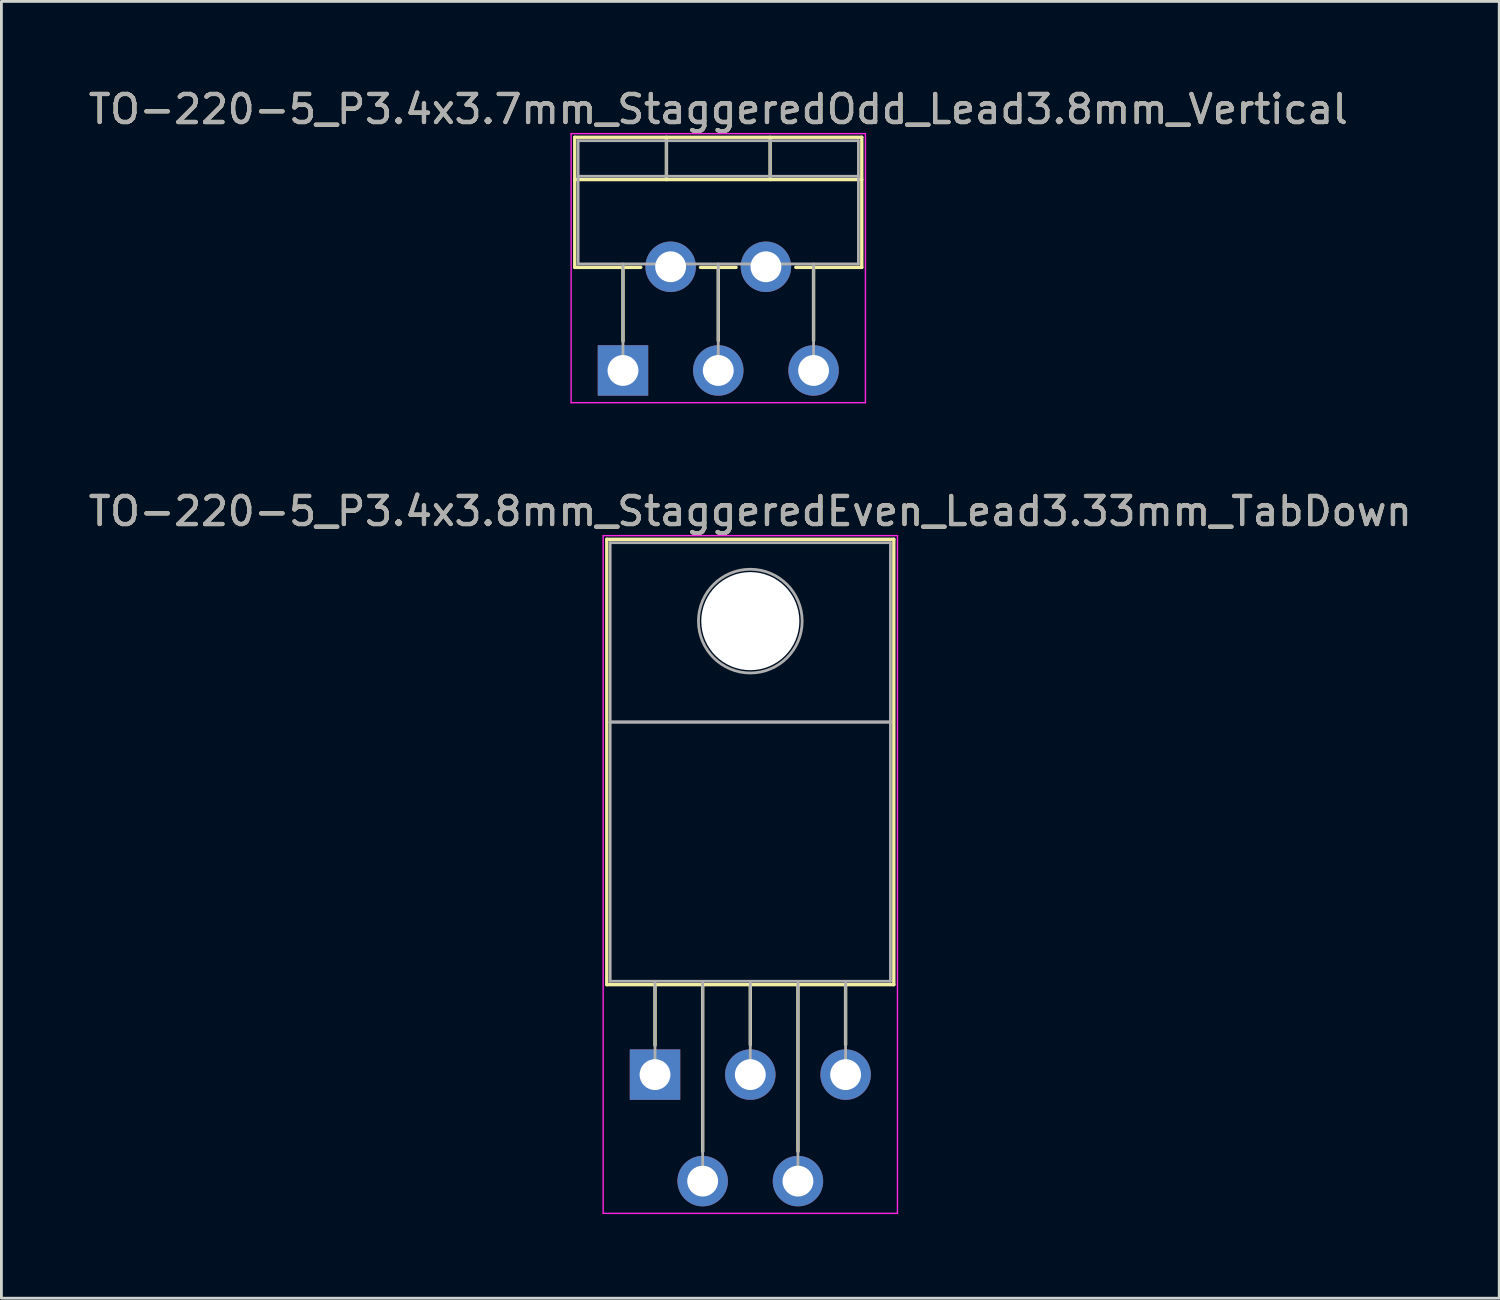
<source format=kicad_pcb>
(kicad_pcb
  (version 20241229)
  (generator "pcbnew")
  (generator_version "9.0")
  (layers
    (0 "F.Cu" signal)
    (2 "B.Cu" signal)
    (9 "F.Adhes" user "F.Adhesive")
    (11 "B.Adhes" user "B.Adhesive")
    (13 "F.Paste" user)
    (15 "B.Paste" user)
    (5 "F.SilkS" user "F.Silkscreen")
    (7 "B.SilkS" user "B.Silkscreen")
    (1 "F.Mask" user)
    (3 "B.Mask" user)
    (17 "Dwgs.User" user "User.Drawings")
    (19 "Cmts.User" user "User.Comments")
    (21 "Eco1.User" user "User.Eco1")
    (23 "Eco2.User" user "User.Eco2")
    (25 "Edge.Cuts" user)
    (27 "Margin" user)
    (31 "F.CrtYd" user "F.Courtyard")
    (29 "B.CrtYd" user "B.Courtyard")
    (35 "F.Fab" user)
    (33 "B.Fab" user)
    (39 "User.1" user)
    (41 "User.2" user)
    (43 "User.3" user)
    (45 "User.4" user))
  (footprint "TO-220-5_P3.4x3.8mm_StaggeredEven_Lead3.33mm_TabDown"
    (layer "F.Cu")
    (at 20.32 35.291)
    (property "Reference" "TO-220-5_P3.4x3.8mm_StaggeredEven_Lead3.33mm_TabDown" (at 3.4 -20.1 0) (layer "F.SilkS") (effects (font (size 1 1) (thickness 0.15))))
    (attr through_hole)
    (fp_line (start -1.721 -19.1) (end -1.721 -3.21) (stroke (width 0.12) (type solid)) (layer "F.SilkS"))
    (fp_line (start -1.721 -19.1) (end 8.52 -19.1) (stroke (width 0.12) (type solid)) (layer "F.SilkS"))
    (fp_line (start -1.721 -3.21) (end 8.52 -3.21) (stroke (width 0.12) (type solid)) (layer "F.SilkS"))
    (fp_line (start 0 -3.21) (end 0 -1.05) (stroke (width 0.12) (type solid)) (layer "F.SilkS"))
    (fp_line (start 1.7 -3.21) (end 1.7 2.735) (stroke (width 0.12) (type solid)) (layer "F.SilkS"))
    (fp_line (start 3.4 -3.21) (end 3.4 -1.066) (stroke (width 0.12) (type solid)) (layer "F.SilkS"))
    (fp_line (start 5.1 -3.21) (end 5.1 2.735) (stroke (width 0.12) (type solid)) (layer "F.SilkS"))
    (fp_line (start 6.8 -3.21) (end 6.8 -1.066) (stroke (width 0.12) (type solid)) (layer "F.SilkS"))
    (fp_line (start 8.52 -19.1) (end 8.52 -3.21) (stroke (width 0.12) (type solid)) (layer "F.SilkS"))
    (fp_line (start -1.85 -19.23) (end -1.85 4.95) (stroke (width 0.05) (type solid)) (layer "F.CrtYd"))
    (fp_line (start -1.85 4.95) (end 8.65 4.95) (stroke (width 0.05) (type solid)) (layer "F.CrtYd"))
    (fp_line (start 8.65 -19.23) (end -1.85 -19.23) (stroke (width 0.05) (type solid)) (layer "F.CrtYd"))
    (fp_line (start 8.65 4.95) (end 8.65 -19.23) (stroke (width 0.05) (type solid)) (layer "F.CrtYd"))
    (fp_line (start -1.6 -18.98) (end 8.4 -18.98) (stroke (width 0.1) (type solid)) (layer "F.Fab"))
    (fp_line (start -1.6 -12.58) (end -1.6 -18.98) (stroke (width 0.1) (type solid)) (layer "F.Fab"))
    (fp_line (start -1.6 -12.58) (end 8.4 -12.58) (stroke (width 0.1) (type solid)) (layer "F.Fab"))
    (fp_line (start -1.6 -3.33) (end -1.6 -12.58) (stroke (width 0.1) (type solid)) (layer "F.Fab"))
    (fp_line (start 0 -3.33) (end 0 0) (stroke (width 0.1) (type solid)) (layer "F.Fab"))
    (fp_line (start 1.7 -3.33) (end 1.7 3.8) (stroke (width 0.1) (type solid)) (layer "F.Fab"))
    (fp_line (start 3.4 -3.33) (end 3.4 0) (stroke (width 0.1) (type solid)) (layer "F.Fab"))
    (fp_line (start 5.1 -3.33) (end 5.1 3.8) (stroke (width 0.1) (type solid)) (layer "F.Fab"))
    (fp_line (start 6.8 -3.33) (end 6.8 0) (stroke (width 0.1) (type solid)) (layer "F.Fab"))
    (fp_line (start 8.4 -18.98) (end 8.4 -12.58) (stroke (width 0.1) (type solid)) (layer "F.Fab"))
    (fp_line (start 8.4 -12.58) (end -1.6 -12.58) (stroke (width 0.1) (type solid)) (layer "F.Fab"))
    (fp_line (start 8.4 -12.58) (end 8.4 -3.33) (stroke (width 0.1) (type solid)) (layer "F.Fab"))
    (fp_line (start 8.4 -3.33) (end -1.6 -3.33) (stroke (width 0.1) (type solid)) (layer "F.Fab"))
    (fp_circle (center 3.4 -16.18) (end 5.25 -16.18) (stroke (width 0.1) (type solid)) (fill no) (layer "F.Fab"))
    (fp_text user "${REFERENCE}" (at 3.4 -20.1 0) (layer "F.Fab") (effects (font (size 1 1) (thickness 0.15))))
    (pad "" np_thru_hole oval (at 3.4 -16.18) (size 3.5 3.5) (drill 3.5) (layers "*.Cu" "*.Mask"))
    (pad "1" thru_hole rect (at 0 0) (size 1.8 1.8) (drill 1.1) (layers "*.Cu" "*.Mask"))
    (pad "2" thru_hole oval (at 1.7 3.8) (size 1.8 1.8) (drill 1.1) (layers "*.Cu" "*.Mask"))
    (pad "3" thru_hole oval (at 3.4 0) (size 1.8 1.8) (drill 1.1) (layers "*.Cu" "*.Mask"))
    (pad "4" thru_hole oval (at 5.1 3.8) (size 1.8 1.8) (drill 1.1) (layers "*.Cu" "*.Mask"))
    (pad "5" thru_hole oval (at 6.8 0) (size 1.8 1.8) (drill 1.1) (layers "*.Cu" "*.Mask")))
  (footprint "TO-220-5_P3.4x3.7mm_StaggeredOdd_Lead3.8mm_Vertical"
    (layer "F.Cu")
    (at 19.177 10.168)
    (property "Reference" "TO-220-5_P3.4x3.7mm_StaggeredOdd_Lead3.8mm_Vertical" (at 3.4 -9.32 0) (layer "F.SilkS") (effects (font (size 1 1) (thickness 0.15))))
    (attr through_hole)
    (fp_line (start -1.721 -8.32) (end -1.721 -3.679) (stroke (width 0.12) (type solid)) (layer "F.SilkS"))
    (fp_line (start -1.721 -8.32) (end 8.52 -8.32) (stroke (width 0.12) (type solid)) (layer "F.SilkS"))
    (fp_line (start -1.721 -6.811) (end 8.52 -6.811) (stroke (width 0.12) (type solid)) (layer "F.SilkS"))
    (fp_line (start -1.721 -3.679) (end 0.635 -3.679) (stroke (width 0.12) (type solid)) (layer "F.SilkS"))
    (fp_line (start 0 -3.679) (end 0 -1.049) (stroke (width 0.12) (type solid)) (layer "F.SilkS"))
    (fp_line (start 1.55 -8.32) (end 1.55 -6.811) (stroke (width 0.12) (type solid)) (layer "F.SilkS"))
    (fp_line (start 2.765 -3.679) (end 4.035 -3.679) (stroke (width 0.12) (type solid)) (layer "F.SilkS"))
    (fp_line (start 3.4 -3.679) (end 3.4 -1.065) (stroke (width 0.12) (type solid)) (layer "F.SilkS"))
    (fp_line (start 5.25 -8.32) (end 5.25 -6.811) (stroke (width 0.12) (type solid)) (layer "F.SilkS"))
    (fp_line (start 6.165 -3.679) (end 8.52 -3.679) (stroke (width 0.12) (type solid)) (layer "F.SilkS"))
    (fp_line (start 6.8 -3.679) (end 6.8 -1.065) (stroke (width 0.12) (type solid)) (layer "F.SilkS"))
    (fp_line (start 8.52 -8.32) (end 8.52 -3.679) (stroke (width 0.12) (type solid)) (layer "F.SilkS"))
    (fp_line (start -1.85 -8.45) (end -1.85 1.15) (stroke (width 0.05) (type solid)) (layer "F.CrtYd"))
    (fp_line (start -1.85 1.15) (end 8.65 1.15) (stroke (width 0.05) (type solid)) (layer "F.CrtYd"))
    (fp_line (start 8.65 -8.45) (end -1.85 -8.45) (stroke (width 0.05) (type solid)) (layer "F.CrtYd"))
    (fp_line (start 8.65 1.15) (end 8.65 -8.45) (stroke (width 0.05) (type solid)) (layer "F.CrtYd"))
    (fp_line (start -1.6 -8.2) (end -1.6 -3.8) (stroke (width 0.1) (type solid)) (layer "F.Fab"))
    (fp_line (start -1.6 -6.93) (end 8.4 -6.93) (stroke (width 0.1) (type solid)) (layer "F.Fab"))
    (fp_line (start -1.6 -3.8) (end 8.4 -3.8) (stroke (width 0.1) (type solid)) (layer "F.Fab"))
    (fp_line (start 0 -3.8) (end 0 0) (stroke (width 0.1) (type solid)) (layer "F.Fab"))
    (fp_line (start 1.55 -8.2) (end 1.55 -6.93) (stroke (width 0.1) (type solid)) (layer "F.Fab"))
    (fp_line (start 1.7 -3.8) (end 1.7 -3.7) (stroke (width 0.1) (type solid)) (layer "F.Fab"))
    (fp_line (start 3.4 -3.8) (end 3.4 0) (stroke (width 0.1) (type solid)) (layer "F.Fab"))
    (fp_line (start 5.1 -3.8) (end 5.1 -3.7) (stroke (width 0.1) (type solid)) (layer "F.Fab"))
    (fp_line (start 5.25 -8.2) (end 5.25 -6.93) (stroke (width 0.1) (type solid)) (layer "F.Fab"))
    (fp_line (start 6.8 -3.8) (end 6.8 0) (stroke (width 0.1) (type solid)) (layer "F.Fab"))
    (fp_line (start 8.4 -8.2) (end -1.6 -8.2) (stroke (width 0.1) (type solid)) (layer "F.Fab"))
    (fp_line (start 8.4 -3.8) (end 8.4 -8.2) (stroke (width 0.1) (type solid)) (layer "F.Fab"))
    (fp_text user "${REFERENCE}" (at 3.4 -9.32 0) (layer "F.Fab") (effects (font (size 1 1) (thickness 0.15))))
    (pad "1" thru_hole rect (at 0 0) (size 1.8 1.8) (drill 1.1) (layers "*.Cu" "*.Mask"))
    (pad "2" thru_hole oval (at 1.7 -3.7) (size 1.8 1.8) (drill 1.1) (layers "*.Cu" "*.Mask"))
    (pad "3" thru_hole oval (at 3.4 0) (size 1.8 1.8) (drill 1.1) (layers "*.Cu" "*.Mask"))
    (pad "4" thru_hole oval (at 5.1 -3.7) (size 1.8 1.8) (drill 1.1) (layers "*.Cu" "*.Mask"))
    (pad "5" thru_hole oval (at 6.8 0) (size 1.8 1.8) (drill 1.1) (layers "*.Cu" "*.Mask")))
  (gr_rect
    (start -3 -3)
    (end 50.44 43.267)
    (stroke (width 0.1) (type default))
    (fill no)
    (layer "Edge.Cuts")))
</source>
